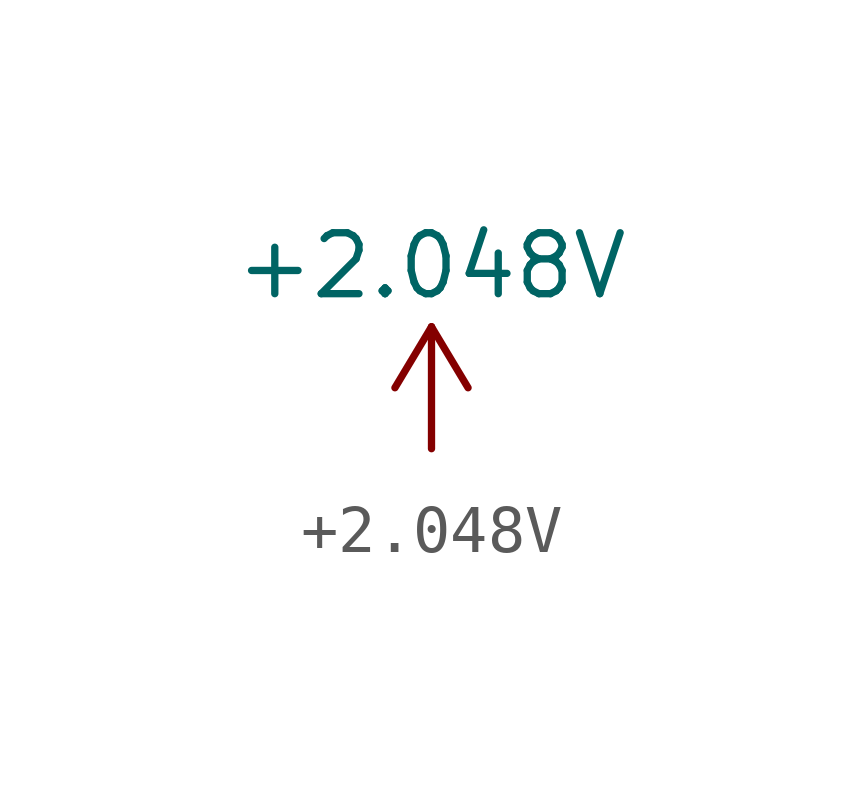
<source format=kicad_sym>
(kicad_symbol_lib
  (version 20211014)
  (generator kicad_symbol_editor)
  (symbol "+2.048V"
    (power)
    (pin_names
      (offset 0))
    (property "Reference" "#PRW"
      (at 2.54 3.81 0)
      (effects (font (size 1.27 1.27)) hide))
    (property "Value" "+2.048V"
      (at 0 0 0)
      (effects (font (size 1.27 1.27))))
    (symbol "+2.048V_1_1"
      (polyline (pts (xy -0.762 -2.54) (xy 0 -1.27)) (stroke (width 0) (type default) (color 0 0 0 0)) (fill (type none)))
      (polyline (pts (xy 0 -3.81) (xy 0 -1.27)) (stroke (width 0) (type default) (color 0 0 0 0)) (fill (type none)))
      (polyline (pts (xy 0 -1.27) (xy 0.762 -2.54)) (stroke (width 0) (type default) (color 0 0 0 0)) (fill (type none)))
      (pin power_in line (at 0 -3.81 90) (length 0) hide (name "+2.048V" (effects (font (size 1.27 1.27)))) (number "1" (effects (font (size 1.27 1.27))))))))
</source>
